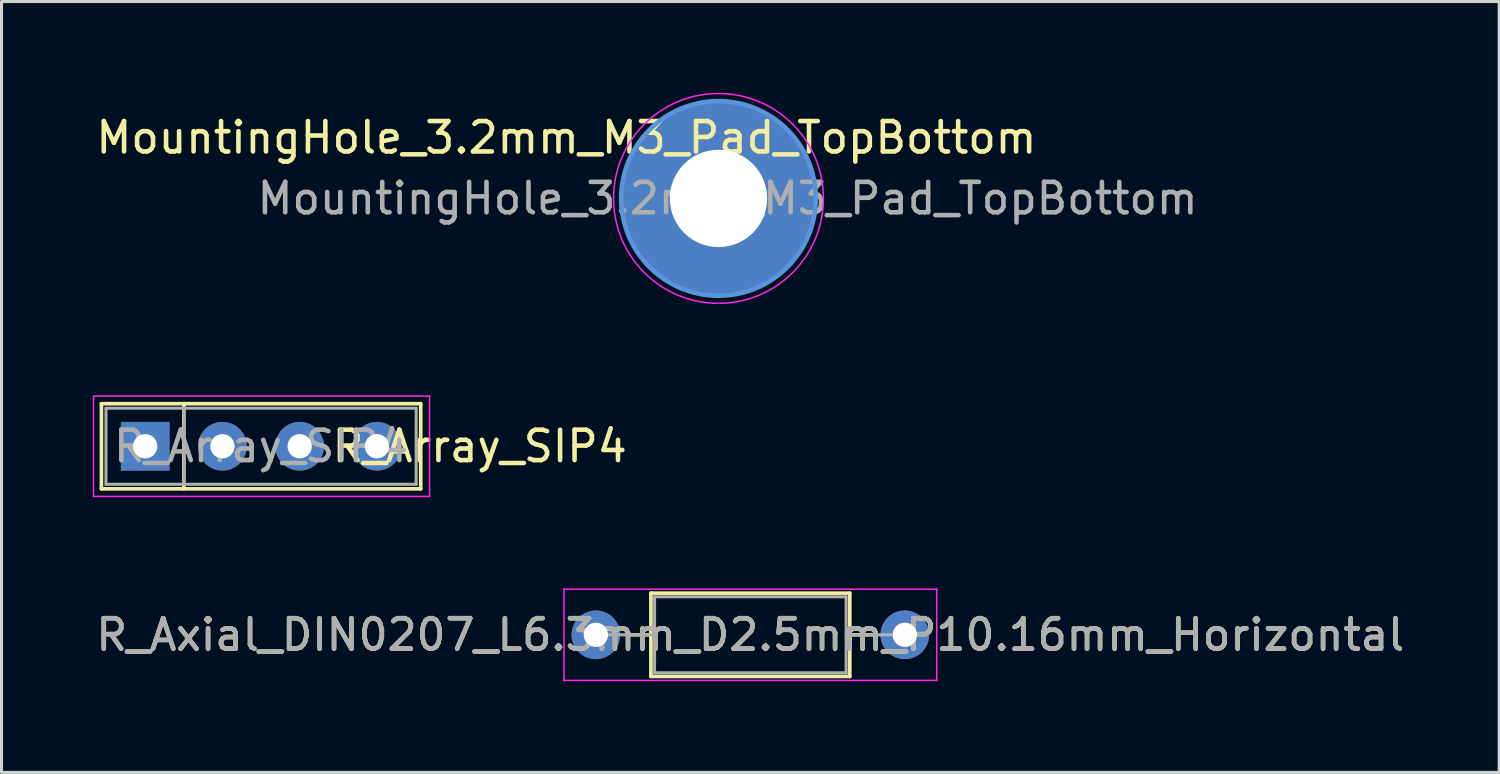
<source format=kicad_pcb>
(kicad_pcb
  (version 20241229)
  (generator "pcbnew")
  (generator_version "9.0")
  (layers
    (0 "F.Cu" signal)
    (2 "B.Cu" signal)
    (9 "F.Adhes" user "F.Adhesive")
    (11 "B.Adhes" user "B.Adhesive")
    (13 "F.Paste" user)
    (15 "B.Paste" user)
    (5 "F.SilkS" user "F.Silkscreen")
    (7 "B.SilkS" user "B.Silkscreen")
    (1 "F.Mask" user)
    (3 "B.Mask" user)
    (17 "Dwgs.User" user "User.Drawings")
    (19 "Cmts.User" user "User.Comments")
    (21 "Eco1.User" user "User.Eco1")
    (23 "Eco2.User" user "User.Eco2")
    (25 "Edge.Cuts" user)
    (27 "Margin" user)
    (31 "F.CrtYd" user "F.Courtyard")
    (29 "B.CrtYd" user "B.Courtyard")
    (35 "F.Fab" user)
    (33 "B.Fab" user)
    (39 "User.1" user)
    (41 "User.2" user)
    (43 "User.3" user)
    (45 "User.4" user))
  (footprint "R_Axial_DIN0207_L6.3mm_D2.5mm_P10.16mm_Horizontal"
    (layer "F.Cu")
    (at 16.545 17.825)
    (property "Reference" "R_Axial_DIN0207_L6.3mm_D2.5mm_P10.16mm_Horizontal" (at 5.08 0 180) (layer "F.SilkS") (effects (font (size 1 1) (thickness 0.15))))
    (attr through_hole)
    (fp_line (start 1.04 0) (end 1.81 0) (stroke (width 0.12) (type solid)) (layer "F.SilkS"))
    (fp_line (start 1.81 -1.37) (end 1.81 1.37) (stroke (width 0.12) (type solid)) (layer "F.SilkS"))
    (fp_line (start 1.81 1.37) (end 8.35 1.37) (stroke (width 0.12) (type solid)) (layer "F.SilkS"))
    (fp_line (start 8.35 -1.37) (end 1.81 -1.37) (stroke (width 0.12) (type solid)) (layer "F.SilkS"))
    (fp_line (start 8.35 1.37) (end 8.35 -1.37) (stroke (width 0.12) (type solid)) (layer "F.SilkS"))
    (fp_line (start 9.12 0) (end 8.35 0) (stroke (width 0.12) (type solid)) (layer "F.SilkS"))
    (fp_line (start -1.05 -1.5) (end -1.05 1.5) (stroke (width 0.05) (type solid)) (layer "F.CrtYd"))
    (fp_line (start -1.05 1.5) (end 11.21 1.5) (stroke (width 0.05) (type solid)) (layer "F.CrtYd"))
    (fp_line (start 11.21 -1.5) (end -1.05 -1.5) (stroke (width 0.05) (type solid)) (layer "F.CrtYd"))
    (fp_line (start 11.21 1.5) (end 11.21 -1.5) (stroke (width 0.05) (type solid)) (layer "F.CrtYd"))
    (fp_line (start 0 0) (end 1.93 0) (stroke (width 0.1) (type solid)) (layer "F.Fab"))
    (fp_line (start 1.93 -1.25) (end 1.93 1.25) (stroke (width 0.1) (type solid)) (layer "F.Fab"))
    (fp_line (start 1.93 1.25) (end 8.23 1.25) (stroke (width 0.1) (type solid)) (layer "F.Fab"))
    (fp_line (start 8.23 -1.25) (end 1.93 -1.25) (stroke (width 0.1) (type solid)) (layer "F.Fab"))
    (fp_line (start 8.23 1.25) (end 8.23 -1.25) (stroke (width 0.1) (type solid)) (layer "F.Fab"))
    (fp_line (start 10.16 0) (end 8.23 0) (stroke (width 0.1) (type solid)) (layer "F.Fab"))
    (fp_text user "${REFERENCE}" (at 5.08 0 180) (layer "F.Fab") (effects (font (size 1 1) (thickness 0.15))))
    (pad "1" thru_hole circle (at 0 0) (size 1.6 1.6) (drill 0.8) (layers "*.Cu" "*.Mask"))
    (pad "2" thru_hole oval (at 10.16 0) (size 1.6 1.6) (drill 0.8) (layers "*.Cu" "*.Mask")))
  (footprint "MountingHole_3.2mm_M3_Pad_TopBottom"
    (layer "F.Cu")
    (at 20.577 3.475)
    (property "Reference" "MountingHole_3.2mm_M3_Pad_TopBottom" (at -5 -2 0) (layer "F.SilkS") (effects (font (size 1 1) (thickness 0.15))))
    (attr exclude_from_pos_files exclude_from_bom)
    (fp_circle (center 0 0) (end 3.2 0) (stroke (width 0.15) (type solid)) (fill no) (layer "Cmts.User"))
    (fp_circle (center 0 0) (end 3.45 0) (stroke (width 0.05) (type solid)) (fill no) (layer "F.CrtYd"))
    (fp_text user "${REFERENCE}" (at 0.3 0 0) (layer "F.Fab") (effects (font (size 1 1) (thickness 0.15))))
    (pad "1" thru_hole circle (at 0 0) (size 3.6 3.6) (drill 3.2) (layers "*.Cu" "*.Mask"))
    (pad "1" connect circle (at 0 0) (size 6.4 6.4) (layers "F.Cu" "F.Mask"))
    (pad "1" connect circle (at 0 0) (size 6.4 6.4) (layers "B.Cu" "B.Mask")))
  (footprint "R_Array_SIP4"
    (layer "F.Cu")
    (at 1.725 11.625)
    (property "Reference" "R_Array_SIP4" (at 11 0 180) (layer "F.SilkS") (effects (font (size 1 1) (thickness 0.15))))
    (attr through_hole)
    (fp_line (start -1.44 -1.4) (end -1.44 1.4) (stroke (width 0.12) (type solid)) (layer "F.SilkS"))
    (fp_line (start -1.44 1.4) (end 9.06 1.4) (stroke (width 0.12) (type solid)) (layer "F.SilkS"))
    (fp_line (start 1.27 -1.4) (end 1.27 1.4) (stroke (width 0.12) (type solid)) (layer "F.SilkS"))
    (fp_line (start 9.06 -1.4) (end -1.44 -1.4) (stroke (width 0.12) (type solid)) (layer "F.SilkS"))
    (fp_line (start 9.06 1.4) (end 9.06 -1.4) (stroke (width 0.12) (type solid)) (layer "F.SilkS"))
    (fp_line (start -1.7 -1.65) (end -1.7 1.65) (stroke (width 0.05) (type solid)) (layer "F.CrtYd"))
    (fp_line (start -1.7 1.65) (end 9.35 1.65) (stroke (width 0.05) (type solid)) (layer "F.CrtYd"))
    (fp_line (start 9.35 -1.65) (end -1.7 -1.65) (stroke (width 0.05) (type solid)) (layer "F.CrtYd"))
    (fp_line (start 9.35 1.65) (end 9.35 -1.65) (stroke (width 0.05) (type solid)) (layer "F.CrtYd"))
    (fp_line (start -1.29 -1.25) (end -1.29 1.25) (stroke (width 0.1) (type solid)) (layer "F.Fab"))
    (fp_line (start -1.29 1.25) (end 8.91 1.25) (stroke (width 0.1) (type solid)) (layer "F.Fab"))
    (fp_line (start 1.27 -1.25) (end 1.27 1.25) (stroke (width 0.1) (type solid)) (layer "F.Fab"))
    (fp_line (start 8.91 -1.25) (end -1.29 -1.25) (stroke (width 0.1) (type solid)) (layer "F.Fab"))
    (fp_line (start 8.91 1.25) (end 8.91 -1.25) (stroke (width 0.1) (type solid)) (layer "F.Fab"))
    (fp_text user "${REFERENCE}" (at 3.81 0 180) (layer "F.Fab") (effects (font (size 1 1) (thickness 0.15))))
    (pad "1" thru_hole rect (at 0 0) (size 1.6 1.6) (drill 0.8) (layers "*.Cu" "*.Mask"))
    (pad "2" thru_hole oval (at 2.54 0) (size 1.6 1.6) (drill 0.8) (layers "*.Cu" "*.Mask"))
    (pad "3" thru_hole oval (at 5.08 0) (size 1.6 1.6) (drill 0.8) (layers "*.Cu" "*.Mask"))
    (pad "4" thru_hole oval (at 7.62 0) (size 1.6 1.6) (drill 0.8) (layers "*.Cu" "*.Mask")))
  (gr_rect
    (start -3 -3)
    (end 46.25 22.35)
    (stroke (width 0.1) (type default))
    (fill no)
    (layer "Edge.Cuts")))
</source>
